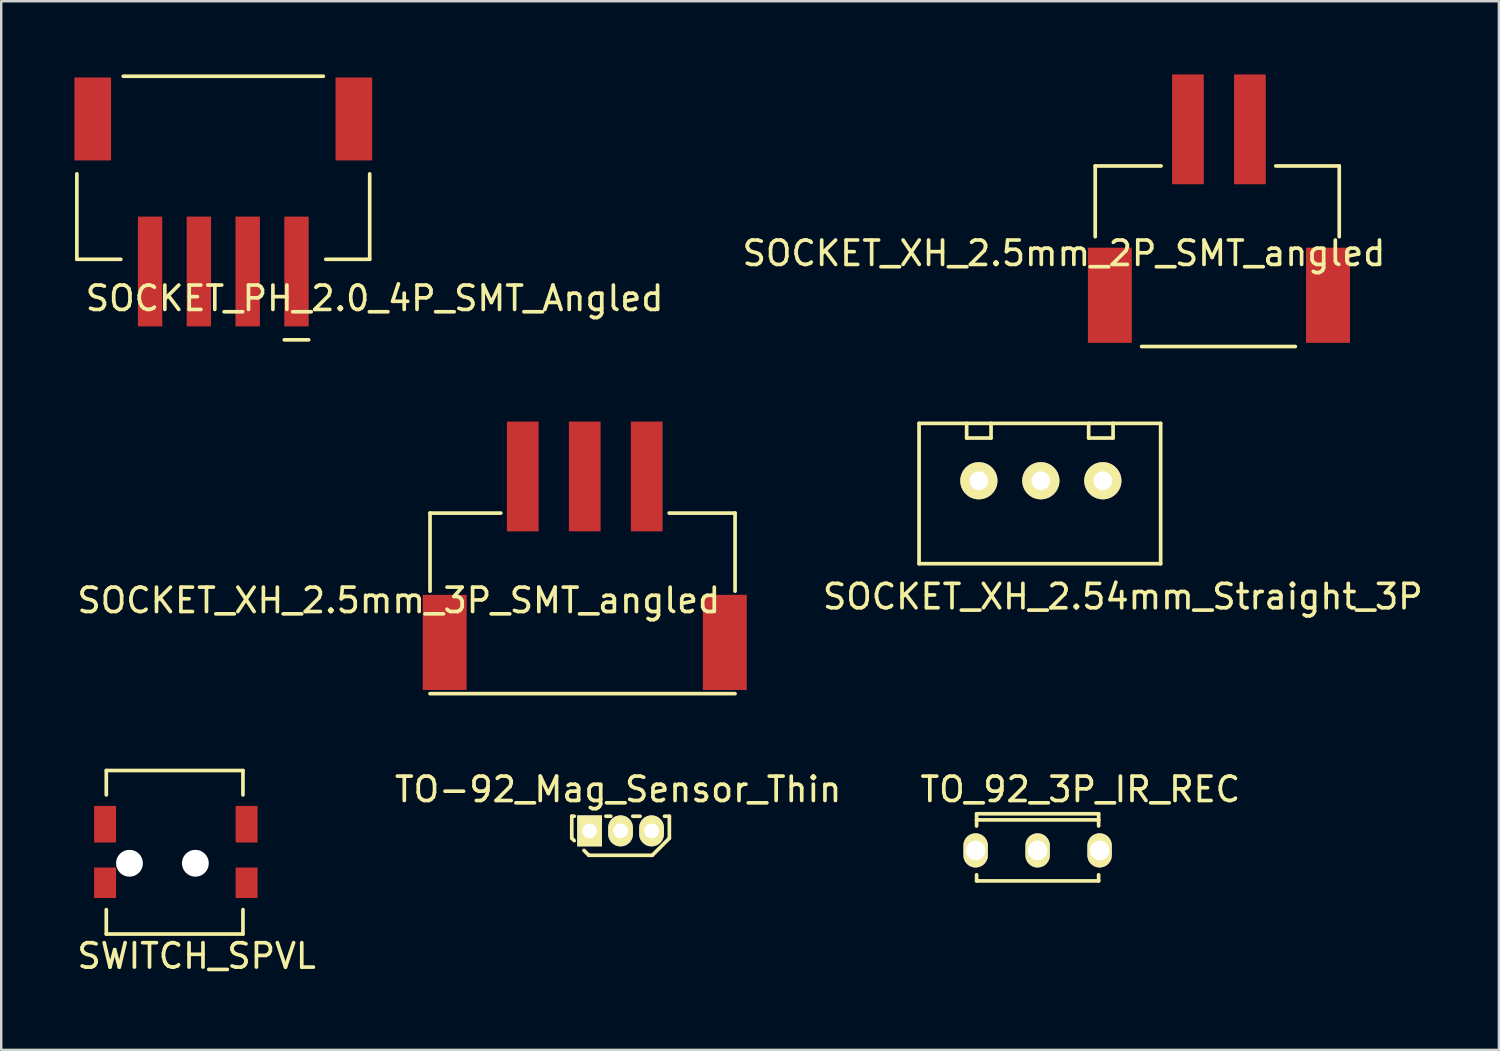
<source format=kicad_pcb>
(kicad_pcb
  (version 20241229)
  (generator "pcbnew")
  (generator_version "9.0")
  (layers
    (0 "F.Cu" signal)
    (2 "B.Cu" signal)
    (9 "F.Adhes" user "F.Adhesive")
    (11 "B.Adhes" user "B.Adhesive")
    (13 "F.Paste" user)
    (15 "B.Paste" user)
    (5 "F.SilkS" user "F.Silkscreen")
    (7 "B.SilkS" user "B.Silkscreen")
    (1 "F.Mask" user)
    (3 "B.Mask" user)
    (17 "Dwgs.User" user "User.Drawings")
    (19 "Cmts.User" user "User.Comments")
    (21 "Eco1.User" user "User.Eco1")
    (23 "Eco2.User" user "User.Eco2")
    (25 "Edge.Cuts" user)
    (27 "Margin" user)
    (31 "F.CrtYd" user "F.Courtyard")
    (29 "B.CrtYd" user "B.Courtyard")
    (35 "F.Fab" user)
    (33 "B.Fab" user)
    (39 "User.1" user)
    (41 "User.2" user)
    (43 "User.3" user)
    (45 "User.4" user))
  (footprint "SOCKET_PH_2.0_4P_SMT_Angled"
    (layer "F.Cu")
    (at 3.1 8.075)
    (property "Reference" "SOCKET_PH_2.0_4P_SMT_Angled" (at 9.2 1.1 0) (layer "F.SilkS") (effects (font (size 1 1) (thickness 0.15))))
    (attr through_hole)
    (fp_line (start -3 -4) (end -3 -0.5) (stroke (width 0.15) (type solid)) (layer "F.SilkS"))
    (fp_line (start -3 -0.5) (end -1.2 -0.5) (stroke (width 0.15) (type solid)) (layer "F.SilkS"))
    (fp_line (start -1.1 -8) (end 7.1 -8) (stroke (width 0.15) (type solid)) (layer "F.SilkS"))
    (fp_line (start 5.5 2.8) (end 6.5 2.8) (stroke (width 0.15) (type solid)) (layer "F.SilkS"))
    (fp_line (start 7.2 -0.5) (end 9 -0.5) (stroke (width 0.15) (type solid)) (layer "F.SilkS"))
    (fp_line (start 9 -4) (end 9 -0.5) (stroke (width 0.15) (type solid)) (layer "F.SilkS"))
    (pad "1" smd rect (at 6 0) (size 1 4.5) (layers "F.Cu" "F.Mask" "F.Paste"))
    (pad "2" smd rect (at 4 0) (size 1 4.5) (layers "F.Cu" "F.Mask" "F.Paste"))
    (pad "3" smd rect (at 2 0) (size 1 4.5) (layers "F.Cu" "F.Mask" "F.Paste"))
    (pad "4" smd rect (at 0 0) (size 1 4.5) (layers "F.Cu" "F.Mask" "F.Paste"))
    (pad "5" smd rect (at -2.35 -6.25) (size 1.5 3.4) (layers "F.Cu" "F.Mask" "F.Paste"))
    (pad "6" smd rect (at 8.35 -6.25) (size 1.5 3.4) (layers "F.Cu" "F.Mask" "F.Paste")))
  (footprint "SOCKET_XH_2.54mm_Straight_3P"
    (layer "F.Cu")
    (at 37.062 16.65)
    (property "Reference" "SOCKET_XH_2.54mm_Straight_3P" (at 5.9 4.75 0) (layer "F.SilkS") (effects (font (size 1 1) (thickness 0.15))))
    (attr through_hole)
    (fp_line (start -2.45 -2.35) (end -2.45 3.4) (stroke (width 0.15) (type solid)) (layer "F.SilkS"))
    (fp_line (start -2.45 -2.35) (end 7.45 -2.35) (stroke (width 0.15) (type solid)) (layer "F.SilkS"))
    (fp_line (start -2.45 3.4) (end 7.45 3.4) (stroke (width 0.15) (type solid)) (layer "F.SilkS"))
    (fp_line (start -0.5 -2.35) (end -0.5 -1.75) (stroke (width 0.15) (type solid)) (layer "F.SilkS"))
    (fp_line (start -0.5 -1.75) (end 0.5 -1.75) (stroke (width 0.15) (type solid)) (layer "F.SilkS"))
    (fp_line (start 0.5 -1.75) (end 0.5 -2.35) (stroke (width 0.15) (type solid)) (layer "F.SilkS"))
    (fp_line (start 4.5 -2.35) (end 4.5 -1.75) (stroke (width 0.15) (type solid)) (layer "F.SilkS"))
    (fp_line (start 4.5 -1.75) (end 5.5 -1.75) (stroke (width 0.15) (type solid)) (layer "F.SilkS"))
    (fp_line (start 5.5 -1.75) (end 5.5 -2.35) (stroke (width 0.15) (type solid)) (layer "F.SilkS"))
    (fp_line (start 7.45 -2.35) (end 7.45 3.4) (stroke (width 0.15) (type solid)) (layer "F.SilkS"))
    (pad "1" thru_hole circle (at 0 0) (size 1.524 1.524) (drill 0.762) (layers "*.Cu" "*.Mask" "F.SilkS"))
    (pad "2" thru_hole circle (at 2.54 0) (size 1.524 1.524) (drill 0.762) (layers "*.Cu" "*.Mask" "F.SilkS"))
    (pad "3" thru_hole circle (at 5.08 0) (size 1.524 1.524) (drill 0.762) (layers "*.Cu" "*.Mask" "F.SilkS")))
  (footprint "TO_92_3P_IR_REC"
    (layer "F.Cu")
    (at 39.47 31.798)
    (property "Reference" "TO_92_3P_IR_REC" (at 1.75 -2.5 180) (layer "F.SilkS") (effects (font (size 1 1) (thickness 0.15))))
    (attr through_hole)
    (fp_line (start -2.5 -1.5) (end -2.5 -1.25) (stroke (width 0.15) (type solid)) (layer "F.SilkS"))
    (fp_line (start -2.5 -1.5) (end 2.5 -1.5) (stroke (width 0.15) (type solid)) (layer "F.SilkS"))
    (fp_line (start -2.5 -1.25) (end -2.5 -1) (stroke (width 0.15) (type solid)) (layer "F.SilkS"))
    (fp_line (start -2.5 -1.25) (end 2.5 -1.25) (stroke (width 0.15) (type solid)) (layer "F.SilkS"))
    (fp_line (start -2.5 1.25) (end -2.5 1) (stroke (width 0.15) (type solid)) (layer "F.SilkS"))
    (fp_line (start -2.5 1.25) (end 2.5 1.25) (stroke (width 0.15) (type solid)) (layer "F.SilkS"))
    (fp_line (start 2.5 -1.5) (end 2.5 -1.25) (stroke (width 0.15) (type solid)) (layer "F.SilkS"))
    (fp_line (start 2.5 -1.25) (end 2.5 -1) (stroke (width 0.15) (type solid)) (layer "F.SilkS"))
    (fp_line (start 2.5 1.25) (end 2.5 1) (stroke (width 0.15) (type solid)) (layer "F.SilkS"))
    (pad "1" thru_hole oval (at -2.54 0 90) (size 1.4 1) (drill 0.8) (layers "*.Cu" "*.Mask" "F.SilkS"))
    (pad "2" thru_hole oval (at 0 0 90) (size 1.4 1) (drill 0.8) (layers "*.Cu" "*.Mask" "F.SilkS"))
    (pad "3" thru_hole oval (at 2.54 0 90) (size 1.4 1) (drill 0.8) (layers "*.Cu" "*.Mask" "F.SilkS")))
  (footprint "SOCKET_XH_2.5mm_2P_SMT_angled"
    (layer "F.Cu")
    (at 45.63 2.25)
    (property "Reference" "SOCKET_XH_2.5mm_2P_SMT_angled" (at -5.08 5.08 0) (layer "F.SilkS") (effects (font (size 1 1) (thickness 0.15))))
    (attr through_hole)
    (fp_line (start -3.8 1.5) (end -1.1 1.5) (stroke (width 0.15) (type solid)) (layer "F.SilkS"))
    (fp_line (start -3.8 4.4) (end -3.8 1.5) (stroke (width 0.15) (type solid)) (layer "F.SilkS"))
    (fp_line (start -1.9 8.9) (end 4.4 8.9) (stroke (width 0.15) (type solid)) (layer "F.SilkS"))
    (fp_line (start 6.2 1.5) (end 3.6 1.5) (stroke (width 0.15) (type solid)) (layer "F.SilkS"))
    (fp_line (start 6.2 1.5) (end 6.2 4.4) (stroke (width 0.15) (type solid)) (layer "F.SilkS"))
    (pad "1" smd rect (at 0 0) (size 1.3 4.5) (layers "F.Cu" "F.Mask" "F.Paste"))
    (pad "2" smd rect (at 2.54 0) (size 1.3 4.5) (layers "F.Cu" "F.Mask" "F.Paste"))
    (pad "3" smd rect (at -3.2 6.8) (size 1.8 3.9) (layers "F.Cu" "F.Mask" "F.Paste"))
    (pad "4" smd rect (at 5.74 6.8) (size 1.8 3.9) (layers "F.Cu" "F.Mask" "F.Paste")))
  (footprint "TO-92_Mag_Sensor_Thin"
    (layer "F.Cu")
    (at 22.38 30.998)
    (property "Reference" "TO-92_Mag_Sensor_Thin" (at -0.1 -1.7 0) (layer "F.SilkS") (effects (font (size 1 1) (thickness 0.15))))
    (attr through_hole)
    (fp_line (start -2 -0.6) (end -2 0.3) (stroke (width 0.15) (type solid)) (layer "F.SilkS"))
    (fp_line (start -2 -0.6) (end -1.9 -0.6) (stroke (width 0.15) (type solid)) (layer "F.SilkS"))
    (fp_line (start -2 0.3) (end -1.9 0.4) (stroke (width 0.15) (type solid)) (layer "F.SilkS"))
    (fp_line (start -1.3 1) (end -1.5 0.8) (stroke (width 0.15) (type solid)) (layer "F.SilkS"))
    (fp_line (start -1.3 1) (end 1.3 1) (stroke (width 0.15) (type solid)) (layer "F.SilkS"))
    (fp_line (start -0.6 -0.6) (end -0.4 -0.6) (stroke (width 0.15) (type solid)) (layer "F.SilkS"))
    (fp_line (start 0.5 -0.6) (end 0.8 -0.6) (stroke (width 0.15) (type solid)) (layer "F.SilkS"))
    (fp_line (start 1.8 -0.6) (end 2 -0.6) (stroke (width 0.15) (type solid)) (layer "F.SilkS"))
    (fp_line (start 2 -0.6) (end 2 0.3) (stroke (width 0.15) (type solid)) (layer "F.SilkS"))
    (fp_line (start 2 0.3) (end 1.3 1) (stroke (width 0.15) (type solid)) (layer "F.SilkS"))
    (pad "1" thru_hole rect (at -1.27 0) (size 1.016 1.27) (drill 0.6) (layers "*.Cu" "*.Mask" "F.SilkS"))
    (pad "2" thru_hole oval (at 1.27 0) (size 1.016 1.27) (drill 0.6) (layers "*.Cu" "*.Mask" "F.SilkS"))
    (pad "3" thru_hole oval (at 0 0) (size 1.016 1.27) (drill 0.6) (layers "*.Cu" "*.Mask" "F.SilkS")))
  (footprint "SOCKET_XH_2.5mm_3P_SMT_angled"
    (layer "F.Cu")
    (at 18.372 16.475)
    (property "Reference" "SOCKET_XH_2.5mm_3P_SMT_angled" (at -5.08 5.08 0) (layer "F.SilkS") (effects (font (size 1 1) (thickness 0.15))))
    (attr through_hole)
    (fp_line (start -3.8 1.5) (end -0.9 1.5) (stroke (width 0.15) (type solid)) (layer "F.SilkS"))
    (fp_line (start -3.8 4.7) (end -3.8 1.5) (stroke (width 0.15) (type solid)) (layer "F.SilkS"))
    (fp_line (start -3.8 8.9) (end 8.7 8.9) (stroke (width 0.15) (type solid)) (layer "F.SilkS"))
    (fp_line (start 8.7 1.5) (end 6 1.5) (stroke (width 0.15) (type solid)) (layer "F.SilkS"))
    (fp_line (start 8.7 1.5) (end 8.7 4.7) (stroke (width 0.15) (type solid)) (layer "F.SilkS"))
    (pad "1" smd rect (at 0 0) (size 1.3 4.5) (layers "F.Cu" "F.Mask" "F.Paste"))
    (pad "2" smd rect (at 2.54 0) (size 1.3 4.5) (layers "F.Cu" "F.Mask" "F.Paste"))
    (pad "3" smd rect (at 5.08 0) (size 1.3 4.5) (layers "F.Cu" "F.Mask" "F.Paste"))
    (pad "4" smd rect (at -3.2 6.8) (size 1.8 3.9) (layers "F.Cu" "F.Mask" "F.Paste"))
    (pad "5" smd rect (at 8.28 6.8) (size 1.8 3.9) (layers "F.Cu" "F.Mask" "F.Paste")))
  (footprint "SWITCH_SPVL"
    (layer "F.Cu")
    (at 3.606 32.325)
    (property "Reference" "SWITCH_SPVL" (at 1.4 3.8 0) (layer "F.SilkS") (effects (font (size 1 1) (thickness 0.15))))
    (attr through_hole)
    (fp_line (start -2.3 -3.8) (end -2.3 -2.8) (stroke (width 0.15) (type solid)) (layer "F.SilkS"))
    (fp_line (start -2.3 -3.8) (end 3.3 -3.8) (stroke (width 0.15) (type solid)) (layer "F.SilkS"))
    (fp_line (start -2.3 2.9) (end -2.3 1.9) (stroke (width 0.15) (type solid)) (layer "F.SilkS"))
    (fp_line (start -2.3 2.9) (end 3.3 2.9) (stroke (width 0.15) (type solid)) (layer "F.SilkS"))
    (fp_line (start 3.3 -3.8) (end 3.3 -2.8) (stroke (width 0.15) (type solid)) (layer "F.SilkS"))
    (fp_line (start 3.3 2.9) (end 3.3 1.9) (stroke (width 0.15) (type solid)) (layer "F.SilkS"))
    (pad "" np_thru_hole circle (at -1.35 0) (size 1.1 1.1) (drill 1.1) (layers "*.Cu" "*.Mask"))
    (pad "" np_thru_hole circle (at 1.35 0) (size 1.1 1.1) (drill 1.1) (layers "*.Cu" "*.Mask"))
    (pad "1" smd rect (at -2.35 -1.6) (size 0.9 1.5) (layers "F.Cu" "F.Mask" "F.Paste"))
    (pad "2" smd rect (at -2.35 0.8) (size 0.9 1.25) (layers "F.Cu" "F.Mask" "F.Paste"))
    (pad "3" smd rect (at 3.45 -1.6) (size 0.9 1.5) (layers "F.Cu" "F.Mask" "F.Paste"))
    (pad "4" smd rect (at 3.45 0.8) (size 0.9 1.25) (layers "F.Cu" "F.Mask" "F.Paste")))
  (gr_rect
    (start -3 -3)
    (end 58.373 39.973)
    (stroke (width 0.1) (type default))
    (fill no)
    (layer "Edge.Cuts")))
</source>
